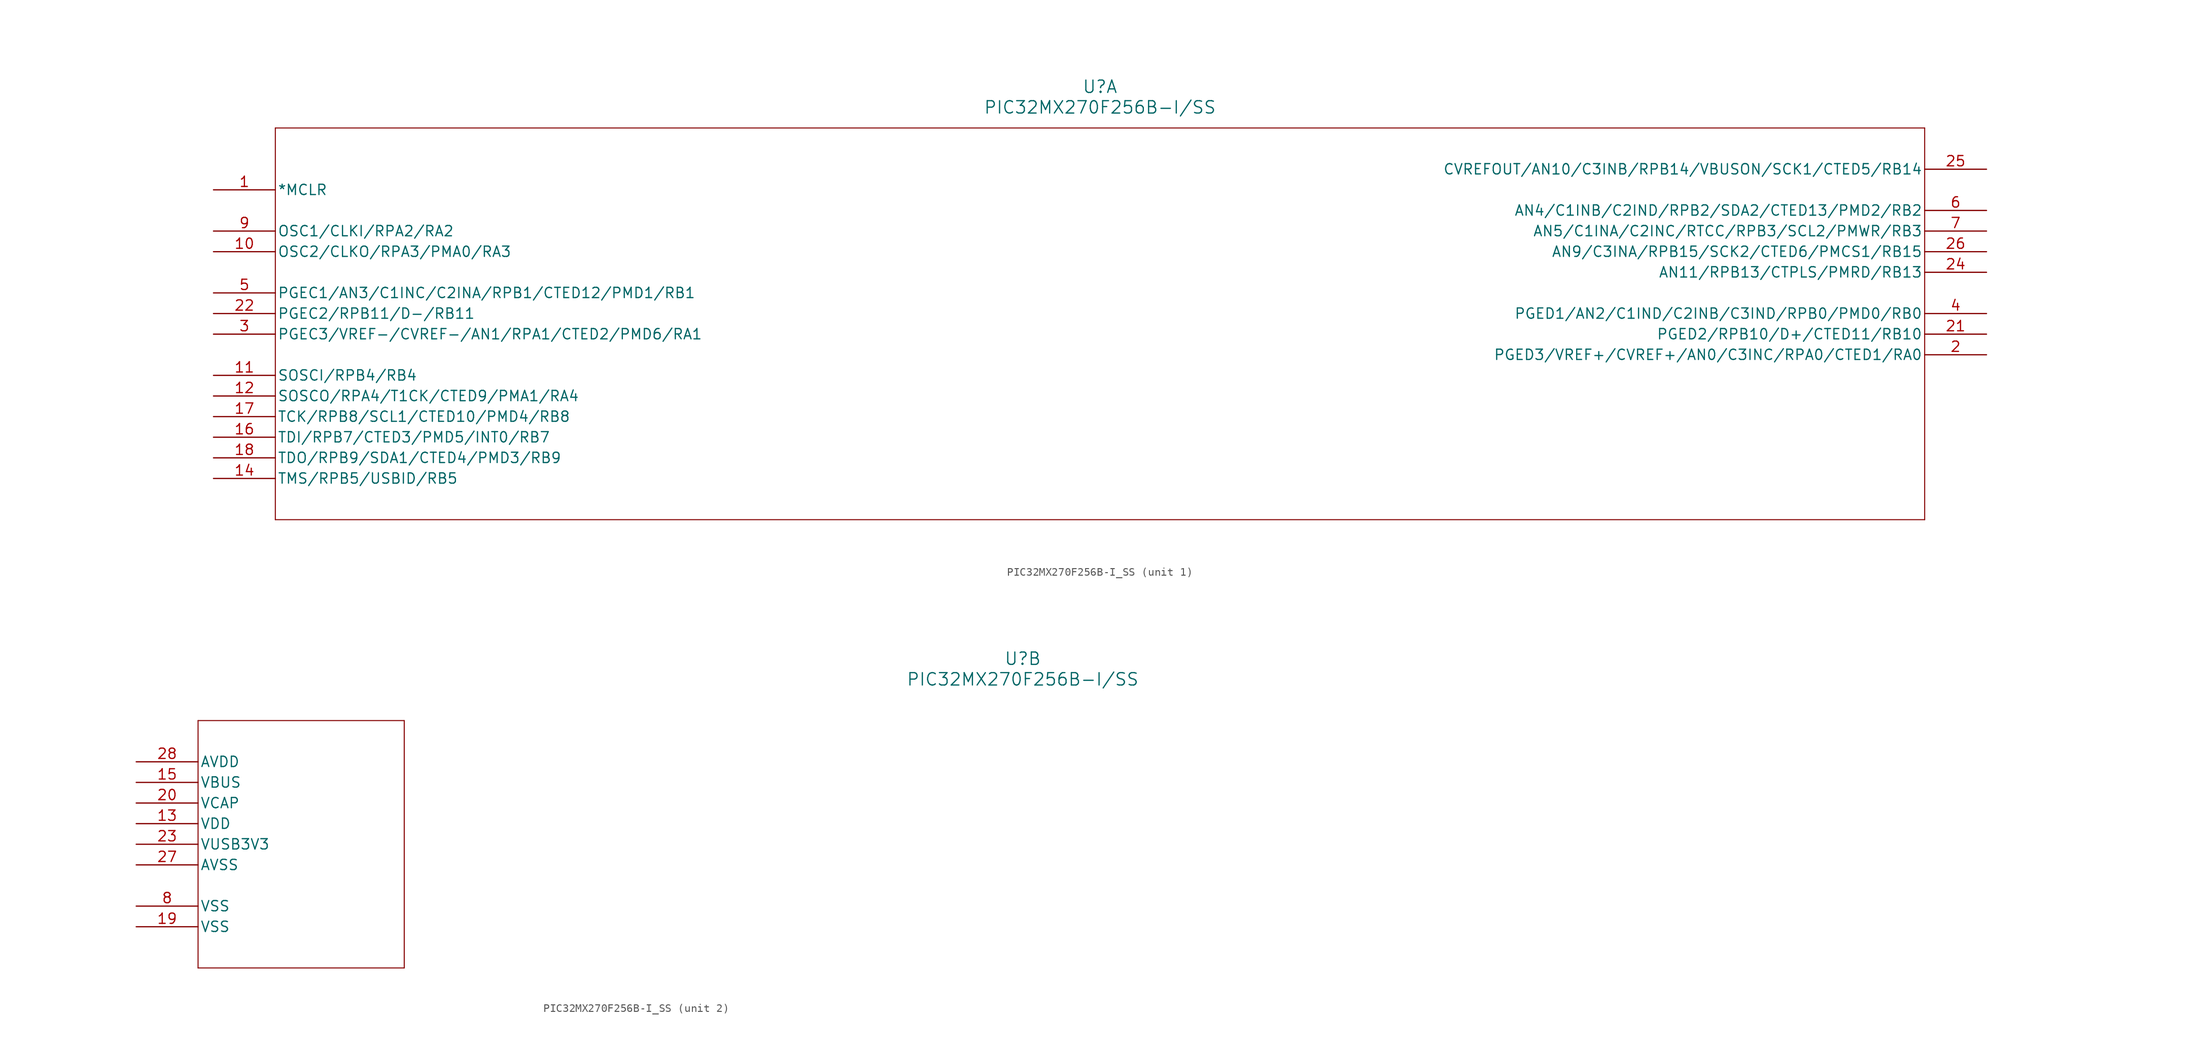
<source format=kicad_sym>
(kicad_symbol_lib
  (version 20211014)
  (generator kicad_symbol_editor)
  (symbol "PIC32MX270F256B-I_SS"
    (pin_names
      (offset 0.254))
    (property "Reference" "U"
      (at 109.22 12.7 0)
      (effects (font (size 1.524 1.524))))
    (property "Value" "PIC32MX270F256B-I/SS"
      (at 109.22 10.16 0)
      (effects (font (size 1.524 1.524))))
    (symbol "PIC32MX270F256B-I_SS_1_1"
      (polyline (pts (xy 7.62 7.62) (xy 7.62 -40.64)) (stroke (width 0.127) (type default) (color 0 0 0 0)) (fill (type none)))
      (polyline (pts (xy 7.62 -40.64) (xy 210.82 -40.64)) (stroke (width 0.127) (type default) (color 0 0 0 0)) (fill (type none)))
      (polyline (pts (xy 210.82 -40.64) (xy 210.82 7.62)) (stroke (width 0.127) (type default) (color 0 0 0 0)) (fill (type none)))
      (polyline (pts (xy 210.82 7.62) (xy 7.62 7.62)) (stroke (width 0.127) (type default) (color 0 0 0 0)) (fill (type none)))
      (pin bidirectional line (at 0 0 0) (length 7.62) (name "*MCLR" (effects (font (size 1.27 1.27)))) (number "1" (effects (font (size 1.27 1.27)))))
      (pin bidirectional line (at 218.44 -20.32 180) (length 7.62) (name "PGED3/VREF+/CVREF+/AN0/C3INC/RPA0/CTED1/RA0" (effects (font (size 1.27 1.27)))) (number "2" (effects (font (size 1.27 1.27)))))
      (pin bidirectional line (at 0 -17.78 0) (length 7.62) (name "PGEC3/VREF-/CVREF-/AN1/RPA1/CTED2/PMD6/RA1" (effects (font (size 1.27 1.27)))) (number "3" (effects (font (size 1.27 1.27)))))
      (pin bidirectional line (at 218.44 -15.24 180) (length 7.62) (name "PGED1/AN2/C1IND/C2INB/C3IND/RPB0/PMD0/RB0" (effects (font (size 1.27 1.27)))) (number "4" (effects (font (size 1.27 1.27)))))
      (pin bidirectional line (at 0 -12.7 0) (length 7.62) (name "PGEC1/AN3/C1INC/C2INA/RPB1/CTED12/PMD1/RB1" (effects (font (size 1.27 1.27)))) (number "5" (effects (font (size 1.27 1.27)))))
      (pin bidirectional line (at 218.44 -2.54 180) (length 7.62) (name "AN4/C1INB/C2IND/RPB2/SDA2/CTED13/PMD2/RB2" (effects (font (size 1.27 1.27)))) (number "6" (effects (font (size 1.27 1.27)))))
      (pin bidirectional line (at 218.44 -5.08 180) (length 7.62) (name "AN5/C1INA/C2INC/RTCC/RPB3/SCL2/PMWR/RB3" (effects (font (size 1.27 1.27)))) (number "7" (effects (font (size 1.27 1.27)))))
      (pin bidirectional line (at 0 -5.08 0) (length 7.62) (name "OSC1/CLKI/RPA2/RA2" (effects (font (size 1.27 1.27)))) (number "9" (effects (font (size 1.27 1.27)))))
      (pin bidirectional line (at 0 -7.62 0) (length 7.62) (name "OSC2/CLKO/RPA3/PMA0/RA3" (effects (font (size 1.27 1.27)))) (number "10" (effects (font (size 1.27 1.27)))))
      (pin bidirectional line (at 0 -22.86 0) (length 7.62) (name "SOSCI/RPB4/RB4" (effects (font (size 1.27 1.27)))) (number "11" (effects (font (size 1.27 1.27)))))
      (pin bidirectional line (at 0 -25.4 0) (length 7.62) (name "SOSCO/RPA4/T1CK/CTED9/PMA1/RA4" (effects (font (size 1.27 1.27)))) (number "12" (effects (font (size 1.27 1.27)))))
      (pin bidirectional line (at 0 -35.56 0) (length 7.62) (name "TMS/RPB5/USBID/RB5" (effects (font (size 1.27 1.27)))) (number "14" (effects (font (size 1.27 1.27)))))
      (pin bidirectional line (at 0 -30.48 0) (length 7.62) (name "TDI/RPB7/CTED3/PMD5/INT0/RB7" (effects (font (size 1.27 1.27)))) (number "16" (effects (font (size 1.27 1.27)))))
      (pin bidirectional line (at 0 -27.94 0) (length 7.62) (name "TCK/RPB8/SCL1/CTED10/PMD4/RB8" (effects (font (size 1.27 1.27)))) (number "17" (effects (font (size 1.27 1.27)))))
      (pin bidirectional line (at 0 -33.02 0) (length 7.62) (name "TDO/RPB9/SDA1/CTED4/PMD3/RB9" (effects (font (size 1.27 1.27)))) (number "18" (effects (font (size 1.27 1.27)))))
      (pin bidirectional line (at 218.44 -17.78 180) (length 7.62) (name "PGED2/RPB10/D+/CTED11/RB10" (effects (font (size 1.27 1.27)))) (number "21" (effects (font (size 1.27 1.27)))))
      (pin bidirectional line (at 0 -15.24 0) (length 7.62) (name "PGEC2/RPB11/D-/RB11" (effects (font (size 1.27 1.27)))) (number "22" (effects (font (size 1.27 1.27)))))
      (pin bidirectional line (at 218.44 -10.16 180) (length 7.62) (name "AN11/RPB13/CTPLS/PMRD/RB13" (effects (font (size 1.27 1.27)))) (number "24" (effects (font (size 1.27 1.27)))))
      (pin bidirectional line (at 218.44 2.54 180) (length 7.62) (name "CVREFOUT/AN10/C3INB/RPB14/VBUSON/SCK1/CTED5/RB14" (effects (font (size 1.27 1.27)))) (number "25" (effects (font (size 1.27 1.27)))))
      (pin bidirectional line (at 218.44 -7.62 180) (length 7.62) (name "AN9/C3INA/RPB15/SCK2/CTED6/PMCS1/RB15" (effects (font (size 1.27 1.27)))) (number "26" (effects (font (size 1.27 1.27))))))
    (symbol "PIC32MX270F256B-I_SS_2_1"
      (polyline (pts (xy 7.62 5.08) (xy 7.62 -25.4)) (stroke (width 0.127) (type default) (color 0 0 0 0)) (fill (type none)))
      (polyline (pts (xy 7.62 -25.4) (xy 33.02 -25.4)) (stroke (width 0.127) (type default) (color 0 0 0 0)) (fill (type none)))
      (polyline (pts (xy 33.02 -25.4) (xy 33.02 5.08)) (stroke (width 0.127) (type default) (color 0 0 0 0)) (fill (type none)))
      (polyline (pts (xy 33.02 5.08) (xy 7.62 5.08)) (stroke (width 0.127) (type default) (color 0 0 0 0)) (fill (type none)))
      (pin power_in line (at 0 -17.78 0) (length 7.62) (name "VSS" (effects (font (size 1.27 1.27)))) (number "8" (effects (font (size 1.27 1.27)))))
      (pin power_in line (at 0 -7.62 0) (length 7.62) (name "VDD" (effects (font (size 1.27 1.27)))) (number "13" (effects (font (size 1.27 1.27)))))
      (pin power_in line (at 0 -2.54 0) (length 7.62) (name "VBUS" (effects (font (size 1.27 1.27)))) (number "15" (effects (font (size 1.27 1.27)))))
      (pin power_in line (at 0 -20.32 0) (length 7.62) (name "VSS" (effects (font (size 1.27 1.27)))) (number "19" (effects (font (size 1.27 1.27)))))
      (pin power_in line (at 0 -5.08 0) (length 7.62) (name "VCAP" (effects (font (size 1.27 1.27)))) (number "20" (effects (font (size 1.27 1.27)))))
      (pin power_in line (at 0 -10.16 0) (length 7.62) (name "VUSB3V3" (effects (font (size 1.27 1.27)))) (number "23" (effects (font (size 1.27 1.27)))))
      (pin power_in line (at 0 -12.7 0) (length 7.62) (name "AVSS" (effects (font (size 1.27 1.27)))) (number "27" (effects (font (size 1.27 1.27)))))
      (pin power_in line (at 0 0 0) (length 7.62) (name "AVDD" (effects (font (size 1.27 1.27)))) (number "28" (effects (font (size 1.27 1.27))))))))
</source>
